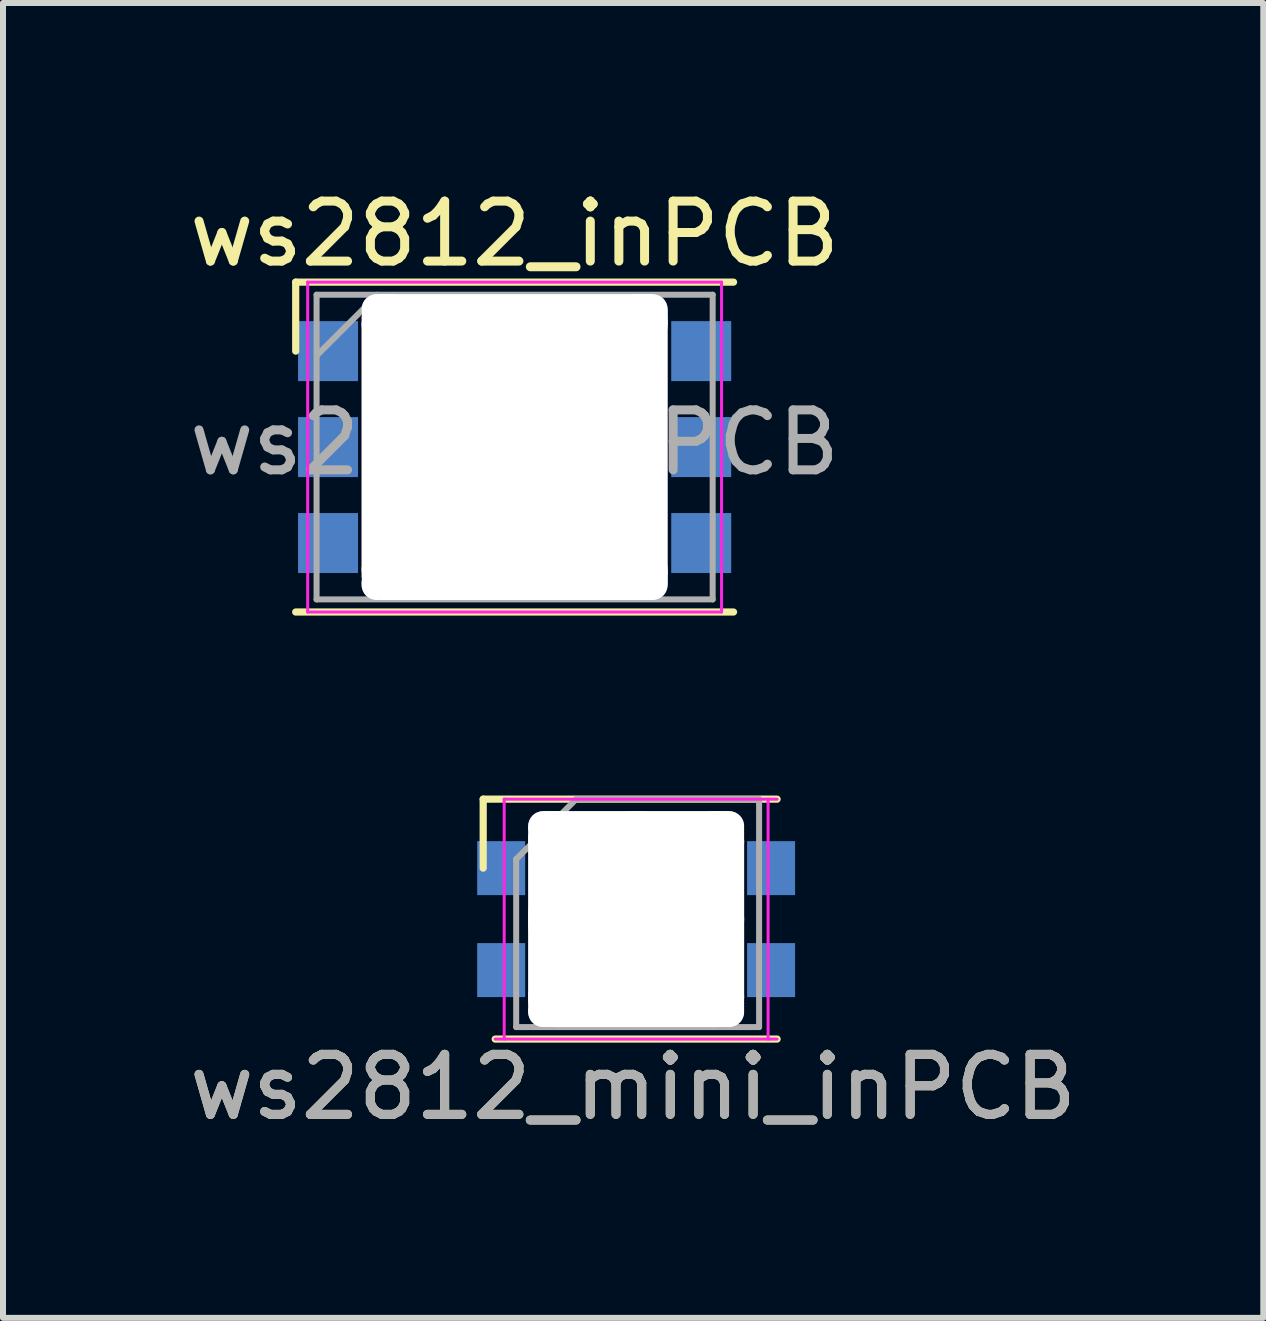
<source format=kicad_pcb>
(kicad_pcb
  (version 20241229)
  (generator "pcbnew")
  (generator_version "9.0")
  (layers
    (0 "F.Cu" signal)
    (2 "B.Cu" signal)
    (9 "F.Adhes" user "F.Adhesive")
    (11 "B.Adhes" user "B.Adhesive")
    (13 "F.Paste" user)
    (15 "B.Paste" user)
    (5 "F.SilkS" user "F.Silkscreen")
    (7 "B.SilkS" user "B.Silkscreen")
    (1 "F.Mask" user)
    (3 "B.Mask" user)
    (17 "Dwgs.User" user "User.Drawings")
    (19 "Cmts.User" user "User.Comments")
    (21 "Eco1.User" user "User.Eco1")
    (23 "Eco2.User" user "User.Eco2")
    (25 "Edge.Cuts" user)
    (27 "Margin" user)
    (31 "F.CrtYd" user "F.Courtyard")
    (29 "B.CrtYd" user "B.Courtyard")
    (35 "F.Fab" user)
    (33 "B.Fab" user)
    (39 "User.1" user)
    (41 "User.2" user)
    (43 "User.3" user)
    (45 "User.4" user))
  (footprint "ws2812_inPCB"
    (layer "F.Cu")
    (at 5.53 4.404)
    (property "Reference" "ws2812_inPCB" (at 0 -3.556 0) (layer "F.SilkS") (effects (font (size 1 1) (thickness 0.15))))
    (attr through_hole)
    (fp_line (start -3.65 -2.75) (end 3.65 -2.75) (stroke (width 0.12) (type solid)) (layer "F.SilkS"))
    (fp_line (start -3.65 -1.6) (end -3.65 -2.75) (stroke (width 0.12) (type solid)) (layer "F.SilkS"))
    (fp_line (start -3.65 2.75) (end 3.65 2.75) (stroke (width 0.12) (type solid)) (layer "F.SilkS"))
    (fp_line (start -3.45 -2.75) (end -3.45 2.75) (stroke (width 0.05) (type solid)) (layer "F.CrtYd"))
    (fp_line (start -3.45 2.75) (end 3.45 2.75) (stroke (width 0.05) (type solid)) (layer "F.CrtYd"))
    (fp_line (start 3.45 -2.75) (end -3.45 -2.75) (stroke (width 0.05) (type solid)) (layer "F.CrtYd"))
    (fp_line (start 3.45 2.75) (end 3.45 -2.75) (stroke (width 0.05) (type solid)) (layer "F.CrtYd"))
    (fp_line (start -3.302 -2.54) (end 3.302 -2.54) (stroke (width 0.1) (type solid)) (layer "F.Fab"))
    (fp_line (start -3.302 2.54) (end -3.302 -2.54) (stroke (width 0.1) (type solid)) (layer "F.Fab"))
    (fp_line (start -3.286 -1.54) (end -2.286 -2.54) (stroke (width 0.1) (type solid)) (layer "F.Fab"))
    (fp_line (start 3.302 -2.54) (end 3.302 2.54) (stroke (width 0.1) (type solid)) (layer "F.Fab"))
    (fp_line (start 3.302 2.54) (end -3.302 2.54) (stroke (width 0.1) (type solid)) (layer "F.Fab"))
    (fp_circle (center 0 0) (end 0 -2) (stroke (width 0.1) (type solid)) (fill no) (layer "F.Fab"))
    (fp_text user "${REFERENCE}" (at 0 -0.075 0) (layer "F.Fab") (effects (font (size 1 1) (thickness 0.15))))
    (pad "1" smd rect (at -3.111 -1.6) (size 1 1) (layers "B.Cu" "B.Mask" "B.Paste"))
    (pad "2" smd rect (at -3.111 1.6) (size 1 1) (layers "B.Cu" "B.Mask" "B.Paste"))
    (pad "3" smd rect (at 3.111 1.6) (size 1 1) (layers "B.Cu" "B.Mask" "B.Paste"))
    (pad "4" smd rect (at 3.111 -1.6) (size 1 1) (layers "B.Cu" "B.Mask" "B.Paste"))
    (pad "5" smd rect (at -3.111 0) (size 1 1) (layers "B.Cu" "B.Mask" "B.Paste"))
    (pad "6" smd rect (at 3.111 0) (size 1 1) (layers "B.Cu" "B.Mask" "B.Paste"))
    (pad "7" thru_hole circle (at -2.3 -2.3) (size 0.5 0.5) (drill 0.5) (layers "*.Cu" "*.Mask"))
    (pad "7" thru_hole circle (at -2.3 -2.25) (size 0.5 0.5) (drill 0.5) (layers "*.Cu" "*.Mask"))
    (pad "7" thru_hole circle (at -2.3 -2.15) (size 0.5 0.5) (drill 0.5) (layers "*.Cu" "*.Mask"))
    (pad "7" thru_hole circle (at -2.3 2.15) (size 0.5 0.5) (drill 0.5) (layers "*.Cu" "*.Mask"))
    (pad "7" thru_hole circle (at -2.3 2.25) (size 0.5 0.5) (drill 0.5) (layers "*.Cu" "*.Mask"))
    (pad "7" thru_hole circle (at -2.3 2.3) (size 0.5 0.5) (drill 0.5) (layers "*.Cu" "*.Mask"))
    (pad "7" thru_hole circle (at -2.25 -2.3) (size 0.5 0.5) (drill 0.5) (layers "*.Cu" "*.Mask"))
    (pad "7" thru_hole circle (at -2.2 -2.3) (size 0.5 0.5) (drill 0.5) (layers "*.Cu" "*.Mask"))
    (pad "7" thru_hole circle (at -2.2 2.3) (size 0.5 0.5) (drill 0.5) (layers "*.Cu" "*.Mask"))
    (pad "7" thru_hole circle (at -2.15 -2.3) (size 0.5 0.5) (drill 0.5) (layers "*.Cu" "*.Mask"))
    (pad "7" thru_hole circle (at -2.15 2.3) (size 0.5 0.5) (drill 0.5) (layers "*.Cu" "*.Mask"))
    (pad "7" thru_hole circle (at -2.1 -2.3) (size 0.5 0.5) (drill 0.5) (layers "*.Cu" "*.Mask"))
    (pad "7" thru_hole oval (at -2.05 0 90) (size 5.1 1) (drill oval 5.1 1) (layers "*.Cu" "*.Mask"))
    (pad "7" thru_hole oval (at 0 -2.05) (size 5.1 1) (drill oval 5.1 1) (layers "*.Cu" "*.Mask"))
    (pad "7" thru_hole circle (at 0 0) (size 5 5) (drill 5) (layers "*.Cu" "*.Mask"))
    (pad "7" thru_hole oval (at 0 2.05) (size 5.1 1) (drill oval 5.1 1) (layers "*.Cu" "*.Mask"))
    (pad "7" thru_hole oval (at 2.05 0 90) (size 5.1 1) (drill oval 5.1 1) (layers "*.Cu" "*.Mask"))
    (pad "7" thru_hole circle (at 2.1 -2.3) (size 0.5 0.5) (drill 0.5) (layers "*.Cu" "*.Mask"))
    (pad "7" thru_hole circle (at 2.1 2.3) (size 0.5 0.5) (drill 0.5) (layers "*.Cu" "*.Mask"))
    (pad "7" thru_hole circle (at 2.15 -2.3) (size 0.5 0.5) (drill 0.5) (layers "*.Cu" "*.Mask"))
    (pad "7" thru_hole circle (at 2.15 2.3) (size 0.5 0.5) (drill 0.5) (layers "*.Cu" "*.Mask"))
    (pad "7" thru_hole circle (at 2.2 -2.3) (size 0.5 0.5) (drill 0.5) (layers "*.Cu" "*.Mask"))
    (pad "7" thru_hole circle (at 2.2 2.3) (size 0.5 0.5) (drill 0.5) (layers "*.Cu" "*.Mask"))
    (pad "7" thru_hole circle (at 2.25 -2.3) (size 0.5 0.5) (drill 0.5) (layers "*.Cu" "*.Mask"))
    (pad "7" thru_hole circle (at 2.25 2.3) (size 0.5 0.5) (drill 0.5) (layers "*.Cu" "*.Mask"))
    (pad "7" thru_hole circle (at 2.3 -2.3) (size 0.5 0.5) (drill 0.5) (layers "*.Cu" "*.Mask"))
    (pad "7" thru_hole circle (at 2.3 -2.25) (size 0.5 0.5) (drill 0.5) (layers "*.Cu" "*.Mask"))
    (pad "7" thru_hole circle (at 2.3 -2.2) (size 0.5 0.5) (drill 0.5) (layers "*.Cu" "*.Mask"))
    (pad "7" thru_hole circle (at 2.3 -2.15) (size 0.5 0.5) (drill 0.5) (layers "*.Cu" "*.Mask"))
    (pad "7" thru_hole circle (at 2.3 -2.1) (size 0.5 0.5) (drill 0.5) (layers "*.Cu" "*.Mask"))
    (pad "7" thru_hole circle (at 2.3 2.1) (size 0.5 0.5) (drill 0.5) (layers "*.Cu" "*.Mask"))
    (pad "7" thru_hole circle (at 2.3 2.15) (size 0.5 0.5) (drill 0.5) (layers "*.Cu" "*.Mask"))
    (pad "7" thru_hole circle (at 2.3 2.2) (size 0.5 0.5) (drill 0.5) (layers "*.Cu" "*.Mask"))
    (pad "7" thru_hole circle (at 2.3 2.25) (size 0.5 0.5) (drill 0.5) (layers "*.Cu" "*.Mask"))
    (pad "7" thru_hole circle (at 2.3 2.3) (size 0.5 0.5) (drill 0.5) (layers "*.Cu" "*.Mask")))
  (footprint "ws2812_mini_inPCB"
    (layer "F.Cu")
    (at 7.506 13.024)
    (property "Reference" "ws2812_mini_inPCB" (at 0 2.05 0) (layer "F.SilkS") (effects (font (size 1 1) (thickness 0.15))))
    (attr through_hole)
    (fp_line (start -2.5 -2.75) (end 2.4 -2.75) (stroke (width 0.12) (type solid)) (layer "F.SilkS"))
    (fp_line (start -2.5 -1.6) (end -2.5 -2.75) (stroke (width 0.12) (type solid)) (layer "F.SilkS"))
    (fp_line (start -2.3 1.25) (end 2.4 1.25) (stroke (width 0.12) (type solid)) (layer "F.SilkS"))
    (fp_line (start -2.3 1.25) (end 2.4 1.25) (stroke (width 0.05) (type solid)) (layer "F.CrtYd"))
    (fp_line (start -2.15 -2.75) (end -2.15 1.25) (stroke (width 0.05) (type solid)) (layer "F.CrtYd"))
    (fp_line (start 2.25 1.25) (end 2.25 -2.75) (stroke (width 0.05) (type solid)) (layer "F.CrtYd"))
    (fp_line (start 2.4 -2.75) (end -2.15 -2.75) (stroke (width 0.05) (type solid)) (layer "F.CrtYd"))
    (fp_line (start -1.95 -1.75) (end -0.95 -2.75) (stroke (width 0.1) (type solid)) (layer "F.Fab"))
    (fp_line (start -1.95 1.05) (end -1.95 -1.75) (stroke (width 0.1) (type solid)) (layer "F.Fab"))
    (fp_line (start -0.95 -2.75) (end 2.1 -2.75) (stroke (width 0.1) (type solid)) (layer "F.Fab"))
    (fp_line (start 2.1 -2.75) (end 2.1 1.05) (stroke (width 0.1) (type solid)) (layer "F.Fab"))
    (fp_line (start 2.1 1.05) (end -1.95 1.05) (stroke (width 0.1) (type solid)) (layer "F.Fab"))
    (fp_text user "${REFERENCE}" (at 0 2.05 0) (layer "F.Fab") (effects (font (size 1 1) (thickness 0.15))))
    (pad "1" smd rect (at -2.2 -1.6) (size 0.8 0.9) (layers "B.Cu" "B.Mask" "B.Paste"))
    (pad "2" smd rect (at -2.2 0.1) (size 0.8 0.9) (layers "B.Cu" "B.Mask" "B.Paste"))
    (pad "3" smd rect (at 2.3 0.1) (size 0.8 0.9) (layers "B.Cu" "B.Mask" "B.Paste"))
    (pad "4" smd rect (at 2.3 -1.6) (size 0.8 0.9) (layers "B.Cu" "B.Mask" "B.Paste"))
    (pad "7" thru_hole circle (at -1.5 -2.3) (size 0.5 0.5) (drill 0.5) (layers "*.Cu" "*.Mask"))
    (pad "7" thru_hole circle (at -1.5 -2.25) (size 0.5 0.5) (drill 0.5) (layers "*.Cu" "*.Mask"))
    (pad "7" thru_hole circle (at -1.5 -2.15) (size 0.5 0.5) (drill 0.5) (layers "*.Cu" "*.Mask"))
    (pad "7" thru_hole circle (at -1.5 0.65) (size 0.5 0.5) (drill 0.5) (layers "*.Cu" "*.Mask"))
    (pad "7" thru_hole circle (at -1.5 0.75) (size 0.5 0.5) (drill 0.5) (layers "*.Cu" "*.Mask"))
    (pad "7" thru_hole circle (at -1.5 0.8) (size 0.5 0.5) (drill 0.5) (layers "*.Cu" "*.Mask"))
    (pad "7" thru_hole circle (at -1.45 -2.3) (size 0.5 0.5) (drill 0.5) (layers "*.Cu" "*.Mask"))
    (pad "7" thru_hole circle (at -1.4 -2.3) (size 0.5 0.5) (drill 0.5) (layers "*.Cu" "*.Mask"))
    (pad "7" thru_hole circle (at -1.4 0.8) (size 0.5 0.5) (drill 0.5) (layers "*.Cu" "*.Mask"))
    (pad "7" thru_hole circle (at -1.35 -2.3) (size 0.5 0.5) (drill 0.5) (layers "*.Cu" "*.Mask"))
    (pad "7" thru_hole circle (at -1.35 0.8) (size 0.5 0.5) (drill 0.5) (layers "*.Cu" "*.Mask"))
    (pad "7" thru_hole circle (at -1.3 -2.3) (size 0.5 0.5) (drill 0.5) (layers "*.Cu" "*.Mask"))
    (pad "7" thru_hole oval (at -1.25 -0.75 90) (size 3.6 1) (drill oval 3.6 1) (layers "*.Cu" "*.Mask"))
    (pad "7" thru_hole oval (at 0.05 -2.05) (size 3.6 1) (drill oval 3.6 1) (layers "*.Cu" "*.Mask"))
    (pad "7" thru_hole circle (at 0.05 -0.75) (size 3.6 3.6) (drill 3.6) (layers "*.Cu" "*.Mask"))
    (pad "7" thru_hole oval (at 0.05 0.55) (size 3.6 1) (drill oval 3.6 1) (layers "*.Cu" "*.Mask"))
    (pad "7" thru_hole oval (at 1.35 -0.75 90) (size 3.6 1) (drill oval 3.6 1) (layers "*.Cu" "*.Mask"))
    (pad "7" thru_hole circle (at 1.4 -2.3) (size 0.5 0.5) (drill 0.5) (layers "*.Cu" "*.Mask"))
    (pad "7" thru_hole circle (at 1.4 0.8) (size 0.5 0.5) (drill 0.5) (layers "*.Cu" "*.Mask"))
    (pad "7" thru_hole circle (at 1.45 -2.3) (size 0.5 0.5) (drill 0.5) (layers "*.Cu" "*.Mask"))
    (pad "7" thru_hole circle (at 1.45 0.8) (size 0.5 0.5) (drill 0.5) (layers "*.Cu" "*.Mask"))
    (pad "7" thru_hole circle (at 1.5 -2.3) (size 0.5 0.5) (drill 0.5) (layers "*.Cu" "*.Mask"))
    (pad "7" thru_hole circle (at 1.5 0.8) (size 0.5 0.5) (drill 0.5) (layers "*.Cu" "*.Mask"))
    (pad "7" thru_hole circle (at 1.55 -2.3) (size 0.5 0.5) (drill 0.5) (layers "*.Cu" "*.Mask"))
    (pad "7" thru_hole circle (at 1.55 0.8) (size 0.5 0.5) (drill 0.5) (layers "*.Cu" "*.Mask"))
    (pad "7" thru_hole circle (at 1.6 -2.3) (size 0.5 0.5) (drill 0.5) (layers "*.Cu" "*.Mask"))
    (pad "7" thru_hole circle (at 1.6 -2.25) (size 0.5 0.5) (drill 0.5) (layers "*.Cu" "*.Mask"))
    (pad "7" thru_hole circle (at 1.6 -2.2) (size 0.5 0.5) (drill 0.5) (layers "*.Cu" "*.Mask"))
    (pad "7" thru_hole circle (at 1.6 -2.15) (size 0.5 0.5) (drill 0.5) (layers "*.Cu" "*.Mask"))
    (pad "7" thru_hole circle (at 1.6 -2.1) (size 0.5 0.5) (drill 0.5) (layers "*.Cu" "*.Mask"))
    (pad "7" thru_hole circle (at 1.6 0.6) (size 0.5 0.5) (drill 0.5) (layers "*.Cu" "*.Mask"))
    (pad "7" thru_hole circle (at 1.6 0.65) (size 0.5 0.5) (drill 0.5) (layers "*.Cu" "*.Mask"))
    (pad "7" thru_hole circle (at 1.6 0.7) (size 0.5 0.5) (drill 0.5) (layers "*.Cu" "*.Mask"))
    (pad "7" thru_hole circle (at 1.6 0.75) (size 0.5 0.5) (drill 0.5) (layers "*.Cu" "*.Mask"))
    (pad "7" thru_hole circle (at 1.6 0.8) (size 0.5 0.5) (drill 0.5) (layers "*.Cu" "*.Mask")))
  (gr_rect
    (start -3 -3)
    (end 18.012 18.922)
    (stroke (width 0.1) (type default))
    (fill no)
    (layer "Edge.Cuts")))
</source>
